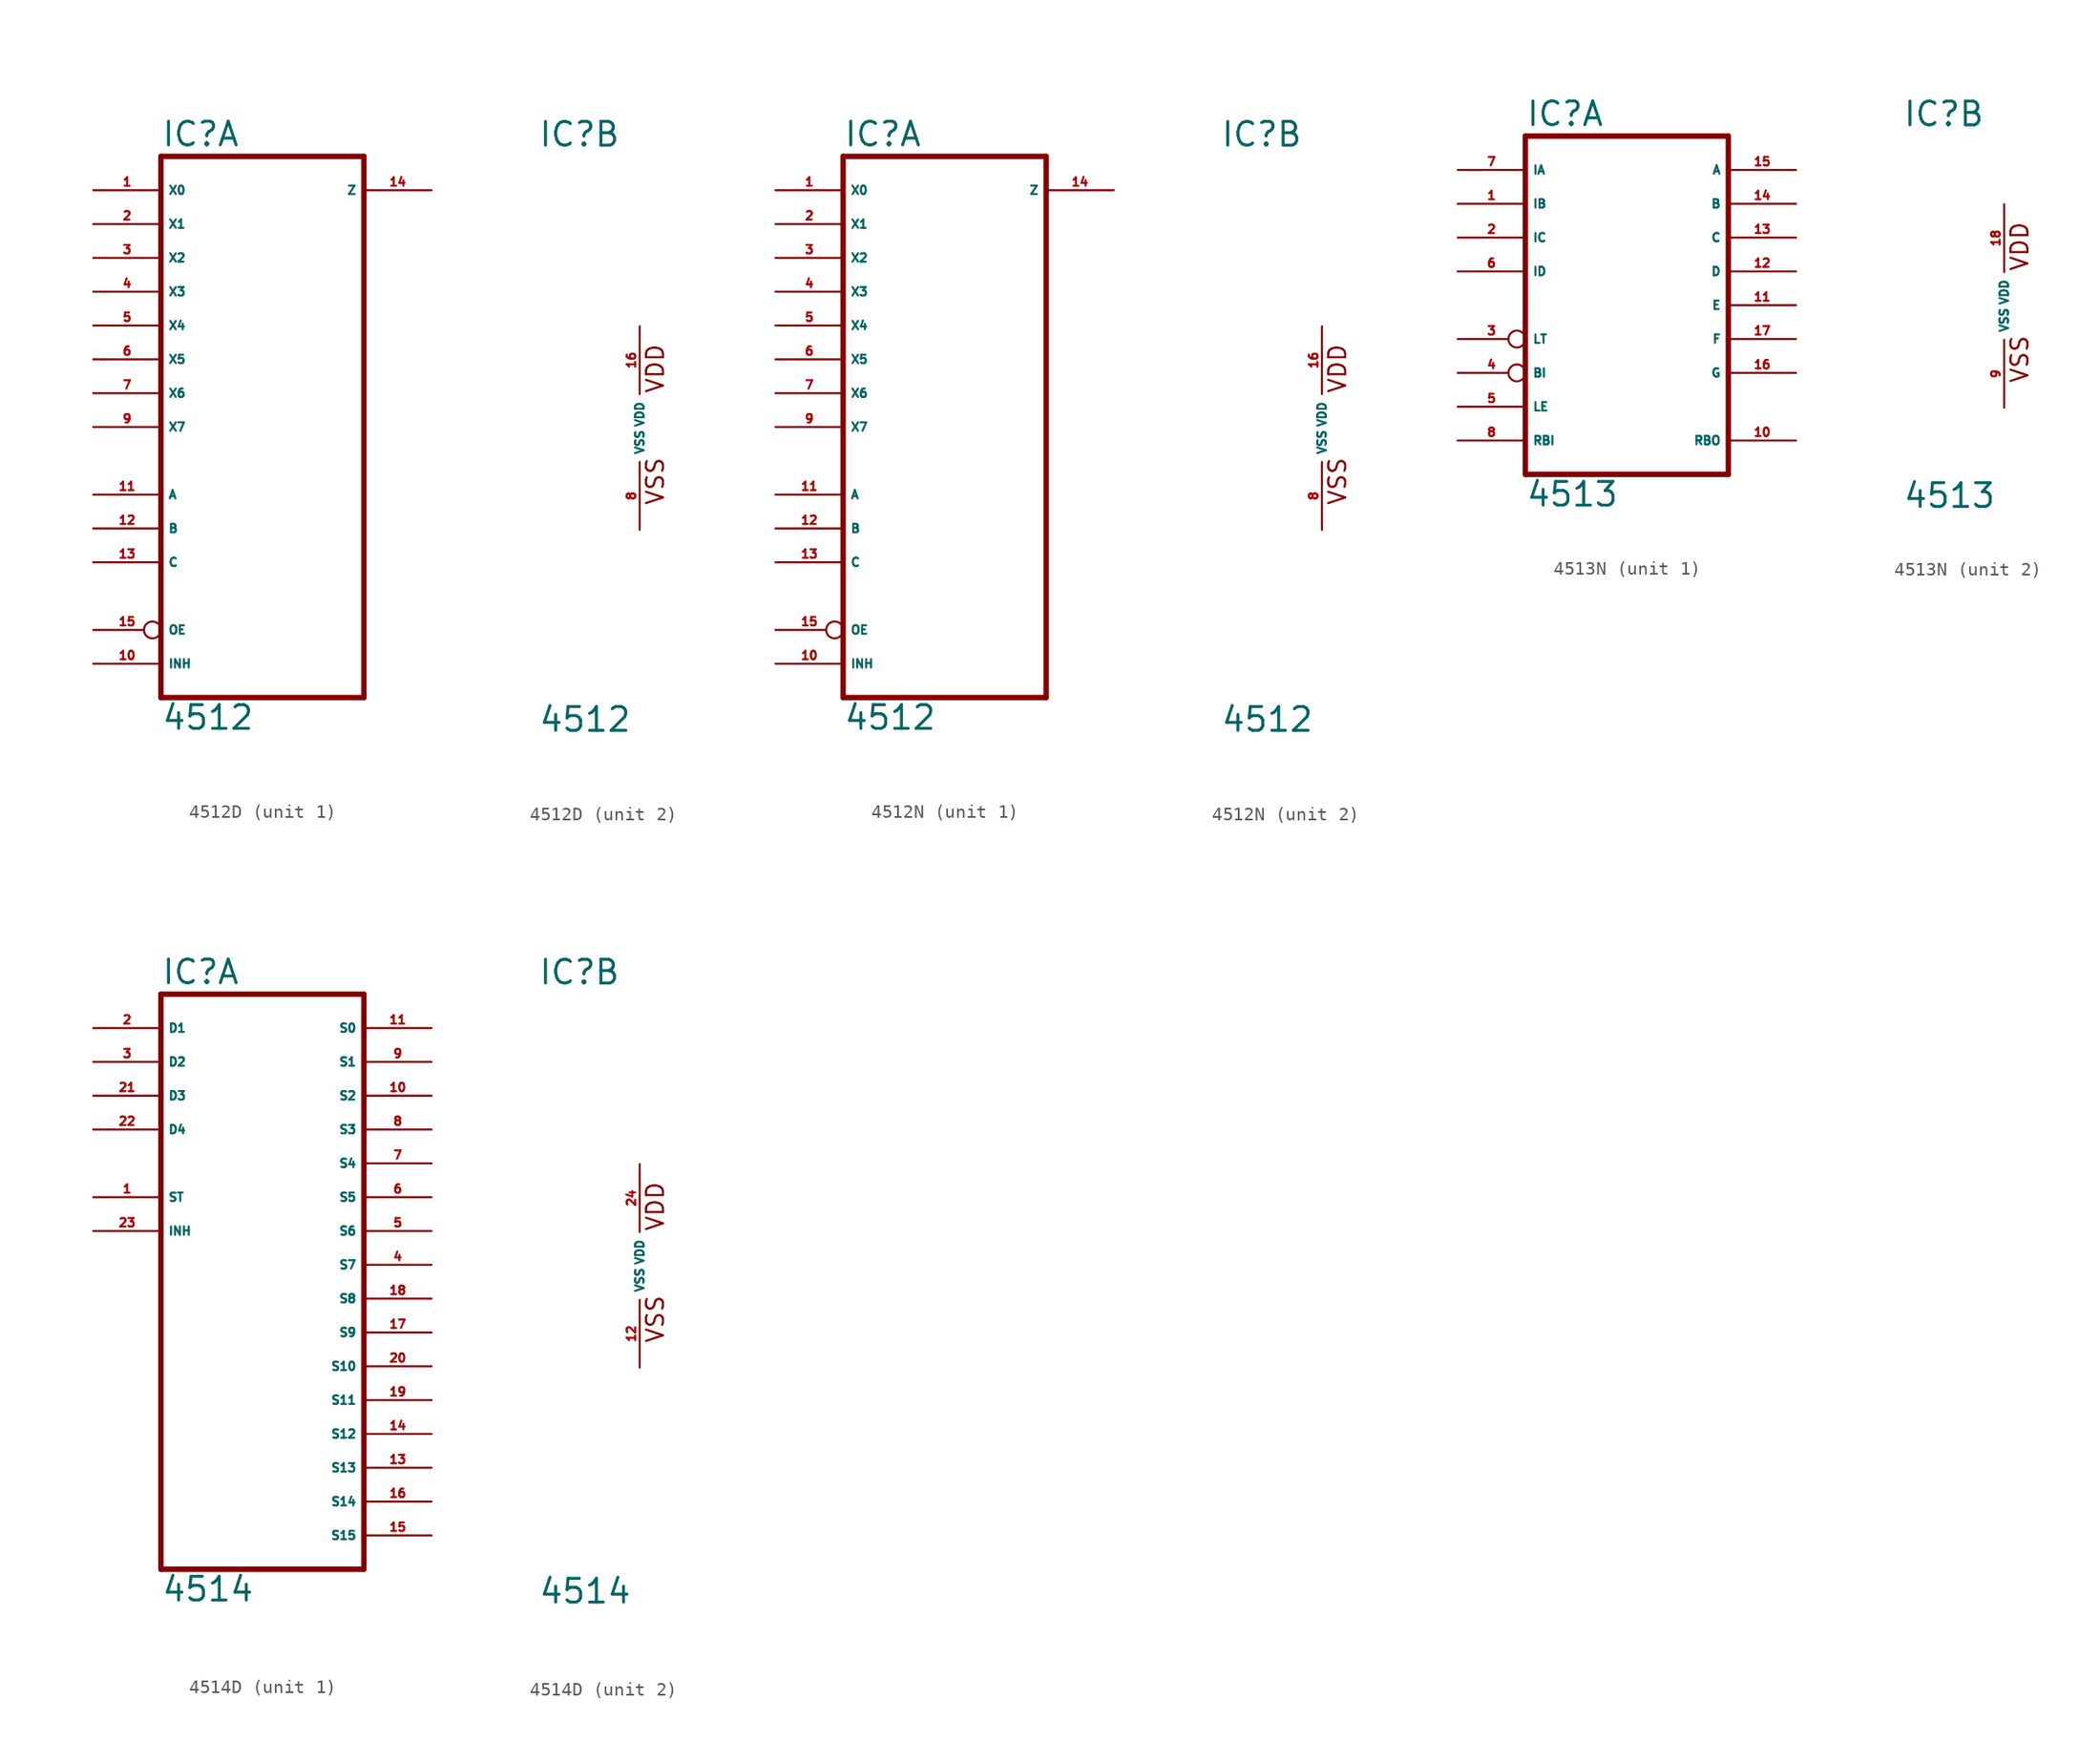
<source format=kicad_sym>
(kicad_symbol_lib
  (version 20220914)
  (generator Eagle2Kicad)
  (symbol "4512D"
    (property "Reference" "IC"
      (at -7.62 20.955 0)
      (effects (font (size 1.778 1.778) (thickness 0.22)) (justify left bottom)))
    (property "Value" "4512"
      (at -7.62 -22.86 0)
      (effects (font (size 1.778 1.778) (thickness 0.22)) (justify left bottom)))
    (symbol "4512D_1_0"
      (polyline (pts (xy -7.62 -20.32) (xy 7.62 -20.32)) (stroke (width 0.406) (type default)) (fill (type none)))
      (polyline (pts (xy 7.62 -20.32) (xy 7.62 20.32)) (stroke (width 0.406) (type default)) (fill (type none)))
      (polyline (pts (xy 7.62 20.32) (xy -7.62 20.32)) (stroke (width 0.406) (type default)) (fill (type none)))
      (polyline (pts (xy -7.62 20.32) (xy -7.62 -20.32)) (stroke (width 0.406) (type default)) (fill (type none)))
      (pin input line (at -12.7 17.78 0) (length 5.08) (name "X0" (effects (font (size 0.635 0.635) (thickness 0.08)) (justify left bottom))) (number "1" (effects (font (size 0.635 0.635) (thickness 0.08)) (justify left bottom))))
      (pin input line (at -12.7 15.24 0) (length 5.08) (name "X1" (effects (font (size 0.635 0.635) (thickness 0.08)) (justify left bottom))) (number "2" (effects (font (size 0.635 0.635) (thickness 0.08)) (justify left bottom))))
      (pin input line (at -12.7 12.7 0) (length 5.08) (name "X2" (effects (font (size 0.635 0.635) (thickness 0.08)) (justify left bottom))) (number "3" (effects (font (size 0.635 0.635) (thickness 0.08)) (justify left bottom))))
      (pin input line (at -12.7 10.16 0) (length 5.08) (name "X3" (effects (font (size 0.635 0.635) (thickness 0.08)) (justify left bottom))) (number "4" (effects (font (size 0.635 0.635) (thickness 0.08)) (justify left bottom))))
      (pin input line (at -12.7 7.62 0) (length 5.08) (name "X4" (effects (font (size 0.635 0.635) (thickness 0.08)) (justify left bottom))) (number "5" (effects (font (size 0.635 0.635) (thickness 0.08)) (justify left bottom))))
      (pin input line (at -12.7 5.08 0) (length 5.08) (name "X5" (effects (font (size 0.635 0.635) (thickness 0.08)) (justify left bottom))) (number "6" (effects (font (size 0.635 0.635) (thickness 0.08)) (justify left bottom))))
      (pin input line (at -12.7 2.54 0) (length 5.08) (name "X6" (effects (font (size 0.635 0.635) (thickness 0.08)) (justify left bottom))) (number "7" (effects (font (size 0.635 0.635) (thickness 0.08)) (justify left bottom))))
      (pin input line (at -12.7 0 0) (length 5.08) (name "X7" (effects (font (size 0.635 0.635) (thickness 0.08)) (justify left bottom))) (number "9" (effects (font (size 0.635 0.635) (thickness 0.08)) (justify left bottom))))
      (pin input line (at -12.7 -17.78 0) (length 5.08) (name "INH" (effects (font (size 0.635 0.635) (thickness 0.08)) (justify left bottom))) (number "10" (effects (font (size 0.635 0.635) (thickness 0.08)) (justify left bottom))))
      (pin input line (at -12.7 -5.08 0) (length 5.08) (name "A" (effects (font (size 0.635 0.635) (thickness 0.08)) (justify left bottom))) (number "11" (effects (font (size 0.635 0.635) (thickness 0.08)) (justify left bottom))))
      (pin input line (at -12.7 -7.62 0) (length 5.08) (name "B" (effects (font (size 0.635 0.635) (thickness 0.08)) (justify left bottom))) (number "12" (effects (font (size 0.635 0.635) (thickness 0.08)) (justify left bottom))))
      (pin input line (at -12.7 -10.16 0) (length 5.08) (name "C" (effects (font (size 0.635 0.635) (thickness 0.08)) (justify left bottom))) (number "13" (effects (font (size 0.635 0.635) (thickness 0.08)) (justify left bottom))))
      (pin tri_state line (at 12.7 17.78 180) (length 5.08) (name "Z" (effects (font (size 0.635 0.635) (thickness 0.08)) (justify left bottom))) (number "14" (effects (font (size 0.635 0.635) (thickness 0.08)) (justify left bottom))))
      (pin input inverted (at -12.7 -15.24 0) (length 5.08) (name "OE" (effects (font (size 0.635 0.635) (thickness 0.08)) (justify left bottom))) (number "15" (effects (font (size 0.635 0.635) (thickness 0.08)) (justify left bottom)))))
    (symbol "4512D_2_0"
      (text "VDD" (at 1.905 2.54 900) (effects (font (size 1.27 1.27) (thickness 0.16)) (justify left bottom)))
      (text "VSS" (at 1.905 -5.842 900) (effects (font (size 1.27 1.27) (thickness 0.16)) (justify left bottom)))
      (pin unspecified line (at 0 -7.62 90) (length 5.08) (name "VSS" (effects (font (size 0.635 0.635) (thickness 0.08)) (justify left bottom))) (number "8" (effects (font (size 0.635 0.635) (thickness 0.08)) (justify left bottom))))
      (pin unspecified line (at 0 7.62 270) (length 5.08) (name "VDD" (effects (font (size 0.635 0.635) (thickness 0.08)) (justify left bottom))) (number "16" (effects (font (size 0.635 0.635) (thickness 0.08)) (justify left bottom))))))
  (symbol "4512N"
    (property "Reference" "IC"
      (at -7.62 20.955 0)
      (effects (font (size 1.778 1.778) (thickness 0.22)) (justify left bottom)))
    (property "Value" "4512"
      (at -7.62 -22.86 0)
      (effects (font (size 1.778 1.778) (thickness 0.22)) (justify left bottom)))
    (symbol "4512N_1_0"
      (polyline (pts (xy -7.62 -20.32) (xy 7.62 -20.32)) (stroke (width 0.406) (type default)) (fill (type none)))
      (polyline (pts (xy 7.62 -20.32) (xy 7.62 20.32)) (stroke (width 0.406) (type default)) (fill (type none)))
      (polyline (pts (xy 7.62 20.32) (xy -7.62 20.32)) (stroke (width 0.406) (type default)) (fill (type none)))
      (polyline (pts (xy -7.62 20.32) (xy -7.62 -20.32)) (stroke (width 0.406) (type default)) (fill (type none)))
      (pin input line (at -12.7 17.78 0) (length 5.08) (name "X0" (effects (font (size 0.635 0.635) (thickness 0.08)) (justify left bottom))) (number "1" (effects (font (size 0.635 0.635) (thickness 0.08)) (justify left bottom))))
      (pin input line (at -12.7 15.24 0) (length 5.08) (name "X1" (effects (font (size 0.635 0.635) (thickness 0.08)) (justify left bottom))) (number "2" (effects (font (size 0.635 0.635) (thickness 0.08)) (justify left bottom))))
      (pin input line (at -12.7 12.7 0) (length 5.08) (name "X2" (effects (font (size 0.635 0.635) (thickness 0.08)) (justify left bottom))) (number "3" (effects (font (size 0.635 0.635) (thickness 0.08)) (justify left bottom))))
      (pin input line (at -12.7 10.16 0) (length 5.08) (name "X3" (effects (font (size 0.635 0.635) (thickness 0.08)) (justify left bottom))) (number "4" (effects (font (size 0.635 0.635) (thickness 0.08)) (justify left bottom))))
      (pin input line (at -12.7 7.62 0) (length 5.08) (name "X4" (effects (font (size 0.635 0.635) (thickness 0.08)) (justify left bottom))) (number "5" (effects (font (size 0.635 0.635) (thickness 0.08)) (justify left bottom))))
      (pin input line (at -12.7 5.08 0) (length 5.08) (name "X5" (effects (font (size 0.635 0.635) (thickness 0.08)) (justify left bottom))) (number "6" (effects (font (size 0.635 0.635) (thickness 0.08)) (justify left bottom))))
      (pin input line (at -12.7 2.54 0) (length 5.08) (name "X6" (effects (font (size 0.635 0.635) (thickness 0.08)) (justify left bottom))) (number "7" (effects (font (size 0.635 0.635) (thickness 0.08)) (justify left bottom))))
      (pin input line (at -12.7 0 0) (length 5.08) (name "X7" (effects (font (size 0.635 0.635) (thickness 0.08)) (justify left bottom))) (number "9" (effects (font (size 0.635 0.635) (thickness 0.08)) (justify left bottom))))
      (pin input line (at -12.7 -17.78 0) (length 5.08) (name "INH" (effects (font (size 0.635 0.635) (thickness 0.08)) (justify left bottom))) (number "10" (effects (font (size 0.635 0.635) (thickness 0.08)) (justify left bottom))))
      (pin input line (at -12.7 -5.08 0) (length 5.08) (name "A" (effects (font (size 0.635 0.635) (thickness 0.08)) (justify left bottom))) (number "11" (effects (font (size 0.635 0.635) (thickness 0.08)) (justify left bottom))))
      (pin input line (at -12.7 -7.62 0) (length 5.08) (name "B" (effects (font (size 0.635 0.635) (thickness 0.08)) (justify left bottom))) (number "12" (effects (font (size 0.635 0.635) (thickness 0.08)) (justify left bottom))))
      (pin input line (at -12.7 -10.16 0) (length 5.08) (name "C" (effects (font (size 0.635 0.635) (thickness 0.08)) (justify left bottom))) (number "13" (effects (font (size 0.635 0.635) (thickness 0.08)) (justify left bottom))))
      (pin tri_state line (at 12.7 17.78 180) (length 5.08) (name "Z" (effects (font (size 0.635 0.635) (thickness 0.08)) (justify left bottom))) (number "14" (effects (font (size 0.635 0.635) (thickness 0.08)) (justify left bottom))))
      (pin input inverted (at -12.7 -15.24 0) (length 5.08) (name "OE" (effects (font (size 0.635 0.635) (thickness 0.08)) (justify left bottom))) (number "15" (effects (font (size 0.635 0.635) (thickness 0.08)) (justify left bottom)))))
    (symbol "4512N_2_0"
      (text "VDD" (at 1.905 2.54 900) (effects (font (size 1.27 1.27) (thickness 0.16)) (justify left bottom)))
      (text "VSS" (at 1.905 -5.842 900) (effects (font (size 1.27 1.27) (thickness 0.16)) (justify left bottom)))
      (pin unspecified line (at 0 -7.62 90) (length 5.08) (name "VSS" (effects (font (size 0.635 0.635) (thickness 0.08)) (justify left bottom))) (number "8" (effects (font (size 0.635 0.635) (thickness 0.08)) (justify left bottom))))
      (pin unspecified line (at 0 7.62 270) (length 5.08) (name "VDD" (effects (font (size 0.635 0.635) (thickness 0.08)) (justify left bottom))) (number "16" (effects (font (size 0.635 0.635) (thickness 0.08)) (justify left bottom))))))
  (symbol "4513N"
    (property "Reference" "IC"
      (at -7.62 13.335 0)
      (effects (font (size 1.778 1.778) (thickness 0.22)) (justify left bottom)))
    (property "Value" "4513"
      (at -7.62 -15.24 0)
      (effects (font (size 1.778 1.778) (thickness 0.22)) (justify left bottom)))
    (symbol "4513N_1_0"
      (polyline (pts (xy -7.62 -12.7) (xy 7.62 -12.7)) (stroke (width 0.406) (type default)) (fill (type none)))
      (polyline (pts (xy 7.62 -12.7) (xy 7.62 12.7)) (stroke (width 0.406) (type default)) (fill (type none)))
      (polyline (pts (xy 7.62 12.7) (xy -7.62 12.7)) (stroke (width 0.406) (type default)) (fill (type none)))
      (polyline (pts (xy -7.62 12.7) (xy -7.62 -12.7)) (stroke (width 0.406) (type default)) (fill (type none)))
      (pin input line (at -12.7 7.62 0) (length 5.08) (name "IB" (effects (font (size 0.635 0.635) (thickness 0.08)) (justify left bottom))) (number "1" (effects (font (size 0.635 0.635) (thickness 0.08)) (justify left bottom))))
      (pin input line (at -12.7 5.08 0) (length 5.08) (name "IC" (effects (font (size 0.635 0.635) (thickness 0.08)) (justify left bottom))) (number "2" (effects (font (size 0.635 0.635) (thickness 0.08)) (justify left bottom))))
      (pin input inverted (at -12.7 -2.54 0) (length 5.08) (name "LT" (effects (font (size 0.635 0.635) (thickness 0.08)) (justify left bottom))) (number "3" (effects (font (size 0.635 0.635) (thickness 0.08)) (justify left bottom))))
      (pin input inverted (at -12.7 -5.08 0) (length 5.08) (name "BI" (effects (font (size 0.635 0.635) (thickness 0.08)) (justify left bottom))) (number "4" (effects (font (size 0.635 0.635) (thickness 0.08)) (justify left bottom))))
      (pin input line (at -12.7 -7.62 0) (length 5.08) (name "LE" (effects (font (size 0.635 0.635) (thickness 0.08)) (justify left bottom))) (number "5" (effects (font (size 0.635 0.635) (thickness 0.08)) (justify left bottom))))
      (pin input line (at -12.7 2.54 0) (length 5.08) (name "ID" (effects (font (size 0.635 0.635) (thickness 0.08)) (justify left bottom))) (number "6" (effects (font (size 0.635 0.635) (thickness 0.08)) (justify left bottom))))
      (pin input line (at -12.7 10.16 0) (length 5.08) (name "IA" (effects (font (size 0.635 0.635) (thickness 0.08)) (justify left bottom))) (number "7" (effects (font (size 0.635 0.635) (thickness 0.08)) (justify left bottom))))
      (pin input line (at -12.7 -10.16 0) (length 5.08) (name "RBI" (effects (font (size 0.635 0.635) (thickness 0.08)) (justify left bottom))) (number "8" (effects (font (size 0.635 0.635) (thickness 0.08)) (justify left bottom))))
      (pin output line (at 12.7 -10.16 180) (length 5.08) (name "RBO" (effects (font (size 0.635 0.635) (thickness 0.08)) (justify left bottom))) (number "10" (effects (font (size 0.635 0.635) (thickness 0.08)) (justify left bottom))))
      (pin output line (at 12.7 0 180) (length 5.08) (name "E" (effects (font (size 0.635 0.635) (thickness 0.08)) (justify left bottom))) (number "11" (effects (font (size 0.635 0.635) (thickness 0.08)) (justify left bottom))))
      (pin output line (at 12.7 2.54 180) (length 5.08) (name "D" (effects (font (size 0.635 0.635) (thickness 0.08)) (justify left bottom))) (number "12" (effects (font (size 0.635 0.635) (thickness 0.08)) (justify left bottom))))
      (pin output line (at 12.7 5.08 180) (length 5.08) (name "C" (effects (font (size 0.635 0.635) (thickness 0.08)) (justify left bottom))) (number "13" (effects (font (size 0.635 0.635) (thickness 0.08)) (justify left bottom))))
      (pin output line (at 12.7 7.62 180) (length 5.08) (name "B" (effects (font (size 0.635 0.635) (thickness 0.08)) (justify left bottom))) (number "14" (effects (font (size 0.635 0.635) (thickness 0.08)) (justify left bottom))))
      (pin output line (at 12.7 10.16 180) (length 5.08) (name "A" (effects (font (size 0.635 0.635) (thickness 0.08)) (justify left bottom))) (number "15" (effects (font (size 0.635 0.635) (thickness 0.08)) (justify left bottom))))
      (pin output line (at 12.7 -5.08 180) (length 5.08) (name "G" (effects (font (size 0.635 0.635) (thickness 0.08)) (justify left bottom))) (number "16" (effects (font (size 0.635 0.635) (thickness 0.08)) (justify left bottom))))
      (pin output line (at 12.7 -2.54 180) (length 5.08) (name "F" (effects (font (size 0.635 0.635) (thickness 0.08)) (justify left bottom))) (number "17" (effects (font (size 0.635 0.635) (thickness 0.08)) (justify left bottom)))))
    (symbol "4513N_2_0"
      (text "VDD" (at 1.905 2.54 900) (effects (font (size 1.27 1.27) (thickness 0.16)) (justify left bottom)))
      (text "VSS" (at 1.905 -5.842 900) (effects (font (size 1.27 1.27) (thickness 0.16)) (justify left bottom)))
      (pin unspecified line (at 0 -7.62 90) (length 5.08) (name "VSS" (effects (font (size 0.635 0.635) (thickness 0.08)) (justify left bottom))) (number "9" (effects (font (size 0.635 0.635) (thickness 0.08)) (justify left bottom))))
      (pin unspecified line (at 0 7.62 270) (length 5.08) (name "VDD" (effects (font (size 0.635 0.635) (thickness 0.08)) (justify left bottom))) (number "18" (effects (font (size 0.635 0.635) (thickness 0.08)) (justify left bottom))))))
  (symbol "4514D"
    (property "Reference" "IC"
      (at -7.62 20.955 0)
      (effects (font (size 1.778 1.778) (thickness 0.22)) (justify left bottom)))
    (property "Value" "4514"
      (at -7.62 -25.4 0)
      (effects (font (size 1.778 1.778) (thickness 0.22)) (justify left bottom)))
    (symbol "4514D_1_0"
      (polyline (pts (xy -7.62 -22.86) (xy 7.62 -22.86)) (stroke (width 0.406) (type default)) (fill (type none)))
      (polyline (pts (xy 7.62 -22.86) (xy 7.62 20.32)) (stroke (width 0.406) (type default)) (fill (type none)))
      (polyline (pts (xy 7.62 20.32) (xy -7.62 20.32)) (stroke (width 0.406) (type default)) (fill (type none)))
      (polyline (pts (xy -7.62 20.32) (xy -7.62 -22.86)) (stroke (width 0.406) (type default)) (fill (type none)))
      (pin input line (at -12.7 5.08 0) (length 5.08) (name "ST" (effects (font (size 0.635 0.635) (thickness 0.08)) (justify left bottom))) (number "1" (effects (font (size 0.635 0.635) (thickness 0.08)) (justify left bottom))))
      (pin input line (at -12.7 17.78 0) (length 5.08) (name "D1" (effects (font (size 0.635 0.635) (thickness 0.08)) (justify left bottom))) (number "2" (effects (font (size 0.635 0.635) (thickness 0.08)) (justify left bottom))))
      (pin input line (at -12.7 15.24 0) (length 5.08) (name "D2" (effects (font (size 0.635 0.635) (thickness 0.08)) (justify left bottom))) (number "3" (effects (font (size 0.635 0.635) (thickness 0.08)) (justify left bottom))))
      (pin output line (at 12.7 0 180) (length 5.08) (name "S7" (effects (font (size 0.635 0.635) (thickness 0.08)) (justify left bottom))) (number "4" (effects (font (size 0.635 0.635) (thickness 0.08)) (justify left bottom))))
      (pin output line (at 12.7 2.54 180) (length 5.08) (name "S6" (effects (font (size 0.635 0.635) (thickness 0.08)) (justify left bottom))) (number "5" (effects (font (size 0.635 0.635) (thickness 0.08)) (justify left bottom))))
      (pin output line (at 12.7 5.08 180) (length 5.08) (name "S5" (effects (font (size 0.635 0.635) (thickness 0.08)) (justify left bottom))) (number "6" (effects (font (size 0.635 0.635) (thickness 0.08)) (justify left bottom))))
      (pin output line (at 12.7 7.62 180) (length 5.08) (name "S4" (effects (font (size 0.635 0.635) (thickness 0.08)) (justify left bottom))) (number "7" (effects (font (size 0.635 0.635) (thickness 0.08)) (justify left bottom))))
      (pin output line (at 12.7 10.16 180) (length 5.08) (name "S3" (effects (font (size 0.635 0.635) (thickness 0.08)) (justify left bottom))) (number "8" (effects (font (size 0.635 0.635) (thickness 0.08)) (justify left bottom))))
      (pin output line (at 12.7 15.24 180) (length 5.08) (name "S1" (effects (font (size 0.635 0.635) (thickness 0.08)) (justify left bottom))) (number "9" (effects (font (size 0.635 0.635) (thickness 0.08)) (justify left bottom))))
      (pin output line (at 12.7 12.7 180) (length 5.08) (name "S2" (effects (font (size 0.635 0.635) (thickness 0.08)) (justify left bottom))) (number "10" (effects (font (size 0.635 0.635) (thickness 0.08)) (justify left bottom))))
      (pin output line (at 12.7 17.78 180) (length 5.08) (name "S0" (effects (font (size 0.635 0.635) (thickness 0.08)) (justify left bottom))) (number "11" (effects (font (size 0.635 0.635) (thickness 0.08)) (justify left bottom))))
      (pin output line (at 12.7 -15.24 180) (length 5.08) (name "S13" (effects (font (size 0.635 0.635) (thickness 0.08)) (justify left bottom))) (number "13" (effects (font (size 0.635 0.635) (thickness 0.08)) (justify left bottom))))
      (pin output line (at 12.7 -12.7 180) (length 5.08) (name "S12" (effects (font (size 0.635 0.635) (thickness 0.08)) (justify left bottom))) (number "14" (effects (font (size 0.635 0.635) (thickness 0.08)) (justify left bottom))))
      (pin output line (at 12.7 -20.32 180) (length 5.08) (name "S15" (effects (font (size 0.635 0.635) (thickness 0.08)) (justify left bottom))) (number "15" (effects (font (size 0.635 0.635) (thickness 0.08)) (justify left bottom))))
      (pin output line (at 12.7 -17.78 180) (length 5.08) (name "S14" (effects (font (size 0.635 0.635) (thickness 0.08)) (justify left bottom))) (number "16" (effects (font (size 0.635 0.635) (thickness 0.08)) (justify left bottom))))
      (pin output line (at 12.7 -5.08 180) (length 5.08) (name "S9" (effects (font (size 0.635 0.635) (thickness 0.08)) (justify left bottom))) (number "17" (effects (font (size 0.635 0.635) (thickness 0.08)) (justify left bottom))))
      (pin output line (at 12.7 -2.54 180) (length 5.08) (name "S8" (effects (font (size 0.635 0.635) (thickness 0.08)) (justify left bottom))) (number "18" (effects (font (size 0.635 0.635) (thickness 0.08)) (justify left bottom))))
      (pin output line (at 12.7 -10.16 180) (length 5.08) (name "S11" (effects (font (size 0.635 0.635) (thickness 0.08)) (justify left bottom))) (number "19" (effects (font (size 0.635 0.635) (thickness 0.08)) (justify left bottom))))
      (pin output line (at 12.7 -7.62 180) (length 5.08) (name "S10" (effects (font (size 0.635 0.635) (thickness 0.08)) (justify left bottom))) (number "20" (effects (font (size 0.635 0.635) (thickness 0.08)) (justify left bottom))))
      (pin input line (at -12.7 12.7 0) (length 5.08) (name "D3" (effects (font (size 0.635 0.635) (thickness 0.08)) (justify left bottom))) (number "21" (effects (font (size 0.635 0.635) (thickness 0.08)) (justify left bottom))))
      (pin input line (at -12.7 10.16 0) (length 5.08) (name "D4" (effects (font (size 0.635 0.635) (thickness 0.08)) (justify left bottom))) (number "22" (effects (font (size 0.635 0.635) (thickness 0.08)) (justify left bottom))))
      (pin input line (at -12.7 2.54 0) (length 5.08) (name "INH" (effects (font (size 0.635 0.635) (thickness 0.08)) (justify left bottom))) (number "23" (effects (font (size 0.635 0.635) (thickness 0.08)) (justify left bottom)))))
    (symbol "4514D_2_0"
      (text "VDD" (at 1.905 2.54 900) (effects (font (size 1.27 1.27) (thickness 0.16)) (justify left bottom)))
      (text "VSS" (at 1.905 -5.842 900) (effects (font (size 1.27 1.27) (thickness 0.16)) (justify left bottom)))
      (pin unspecified line (at 0 -7.62 90) (length 5.08) (name "VSS" (effects (font (size 0.635 0.635) (thickness 0.08)) (justify left bottom))) (number "12" (effects (font (size 0.635 0.635) (thickness 0.08)) (justify left bottom))))
      (pin unspecified line (at 0 7.62 270) (length 5.08) (name "VDD" (effects (font (size 0.635 0.635) (thickness 0.08)) (justify left bottom))) (number "24" (effects (font (size 0.635 0.635) (thickness 0.08)) (justify left bottom)))))))
</source>
